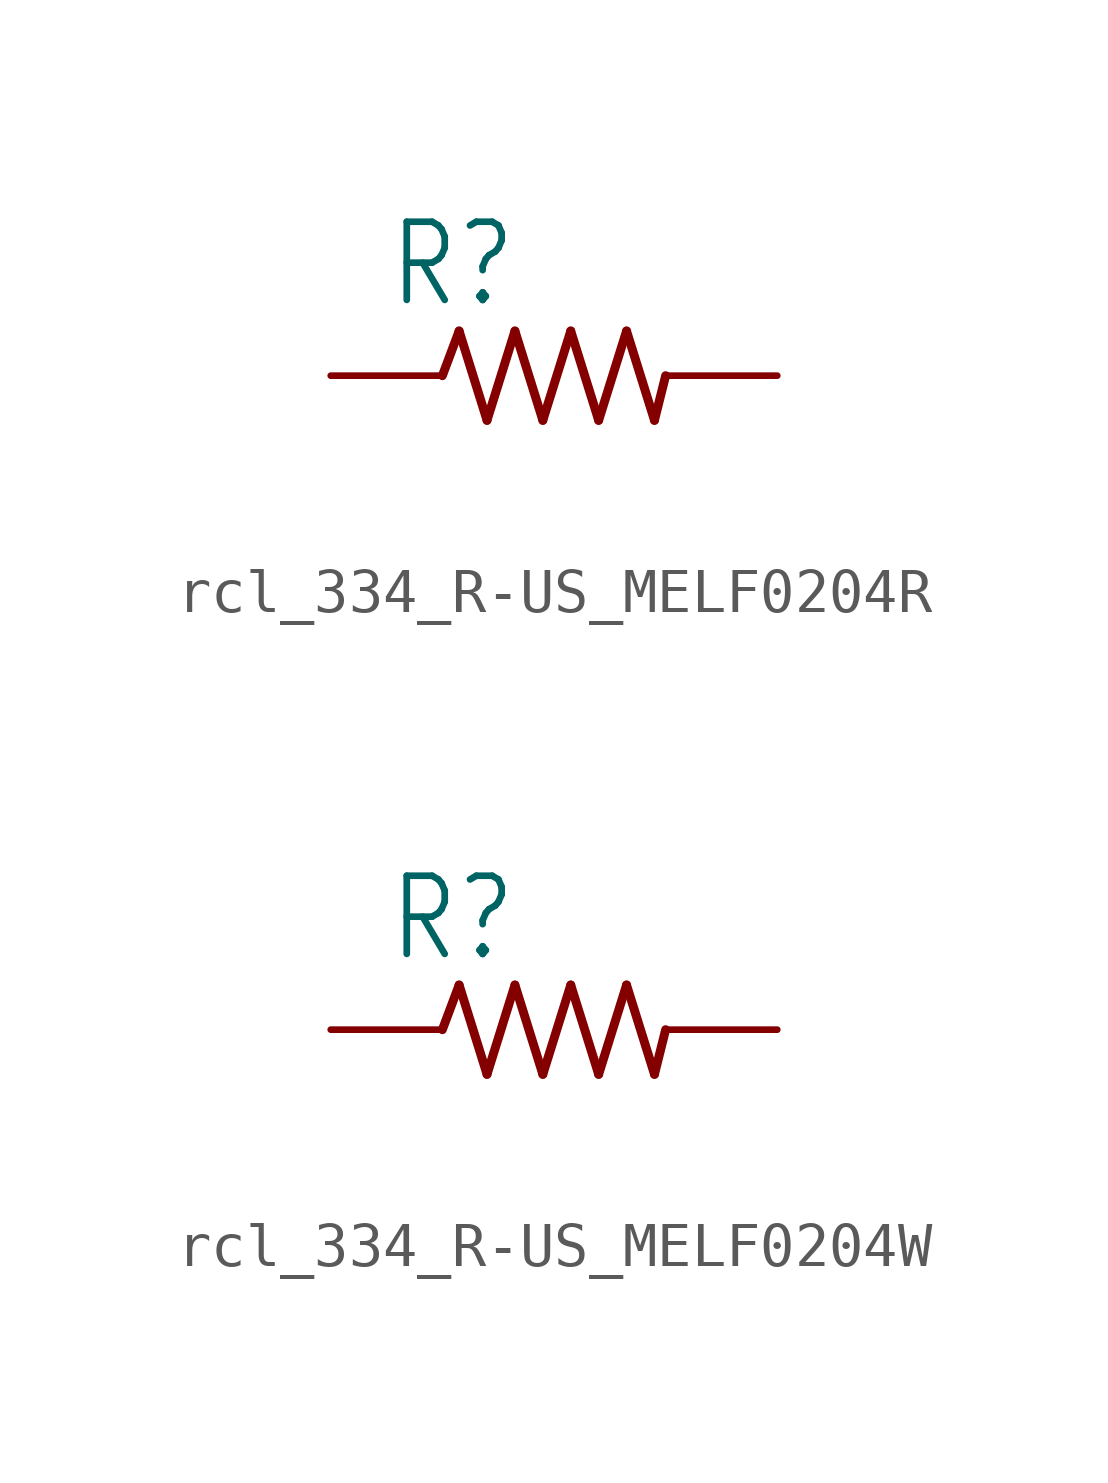
<source format=kicad_sym>
(kicad_symbol_lib
  (version 20241209)
  (generator "kicad_symbol_editor")
  (generator_version "9.0")
  (symbol "rcl_334_R-US_MELF0204R"
    (property "Reference" "R"
      (at -3.81 1.499 0)
      (effects (font (size 1.778 1.511)) (justify left bottom)))
    (property "Value" ""
      (at -3.81 -3.302 0)
      (effects (font (size 1.778 1.511)) (justify left bottom)))
    (property "ki_locked" ""
      (at 0 0 0)
      (effects (font (size 1.27 1.27))))
    (symbol "rcl_334_R-US_MELF0204R_1_0"
      (polyline (pts (xy -2.54 0) (xy -2.159 1.016)) (stroke (width 0.203) (type solid)) (fill (type none)))
      (polyline (pts (xy -2.159 1.016) (xy -1.524 -1.016)) (stroke (width 0.203) (type solid)) (fill (type none)))
      (polyline (pts (xy -1.524 -1.016) (xy -0.889 1.016)) (stroke (width 0.203) (type solid)) (fill (type none)))
      (polyline (pts (xy -0.889 1.016) (xy -0.254 -1.016)) (stroke (width 0.203) (type solid)) (fill (type none)))
      (polyline (pts (xy -0.254 -1.016) (xy 0.381 1.016)) (stroke (width 0.203) (type solid)) (fill (type none)))
      (polyline (pts (xy 0.381 1.016) (xy 1.016 -1.016)) (stroke (width 0.203) (type solid)) (fill (type none)))
      (polyline (pts (xy 1.016 -1.016) (xy 1.651 1.016)) (stroke (width 0.203) (type solid)) (fill (type none)))
      (polyline (pts (xy 1.651 1.016) (xy 2.286 -1.016)) (stroke (width 0.203) (type solid)) (fill (type none)))
      (polyline (pts (xy 2.286 -1.016) (xy 2.54 0)) (stroke (width 0.203) (type solid)) (fill (type none)))
      (pin passive line (at -5.08 0 0) (length 2.54) (name "1" (effects (font (size 0 0)))) (number "1" (effects (font (size 0 0)))))
      (pin passive line (at 5.08 0 180) (length 2.54) (name "2" (effects (font (size 0 0)))) (number "2" (effects (font (size 0 0)))))))
  (symbol "rcl_334_R-US_MELF0204W"
    (property "Reference" "R"
      (at -3.81 1.499 0)
      (effects (font (size 1.778 1.511)) (justify left bottom)))
    (property "Value" ""
      (at -3.81 -3.302 0)
      (effects (font (size 1.778 1.511)) (justify left bottom)))
    (property "ki_locked" ""
      (at 0 0 0)
      (effects (font (size 1.27 1.27))))
    (symbol "rcl_334_R-US_MELF0204W_1_0"
      (polyline (pts (xy -2.54 0) (xy -2.159 1.016)) (stroke (width 0.203) (type solid)) (fill (type none)))
      (polyline (pts (xy -2.159 1.016) (xy -1.524 -1.016)) (stroke (width 0.203) (type solid)) (fill (type none)))
      (polyline (pts (xy -1.524 -1.016) (xy -0.889 1.016)) (stroke (width 0.203) (type solid)) (fill (type none)))
      (polyline (pts (xy -0.889 1.016) (xy -0.254 -1.016)) (stroke (width 0.203) (type solid)) (fill (type none)))
      (polyline (pts (xy -0.254 -1.016) (xy 0.381 1.016)) (stroke (width 0.203) (type solid)) (fill (type none)))
      (polyline (pts (xy 0.381 1.016) (xy 1.016 -1.016)) (stroke (width 0.203) (type solid)) (fill (type none)))
      (polyline (pts (xy 1.016 -1.016) (xy 1.651 1.016)) (stroke (width 0.203) (type solid)) (fill (type none)))
      (polyline (pts (xy 1.651 1.016) (xy 2.286 -1.016)) (stroke (width 0.203) (type solid)) (fill (type none)))
      (polyline (pts (xy 2.286 -1.016) (xy 2.54 0)) (stroke (width 0.203) (type solid)) (fill (type none)))
      (pin passive line (at -5.08 0 0) (length 2.54) (name "1" (effects (font (size 0 0)))) (number "1" (effects (font (size 0 0)))))
      (pin passive line (at 5.08 0 180) (length 2.54) (name "2" (effects (font (size 0 0)))) (number "2" (effects (font (size 0 0))))))))
</source>
